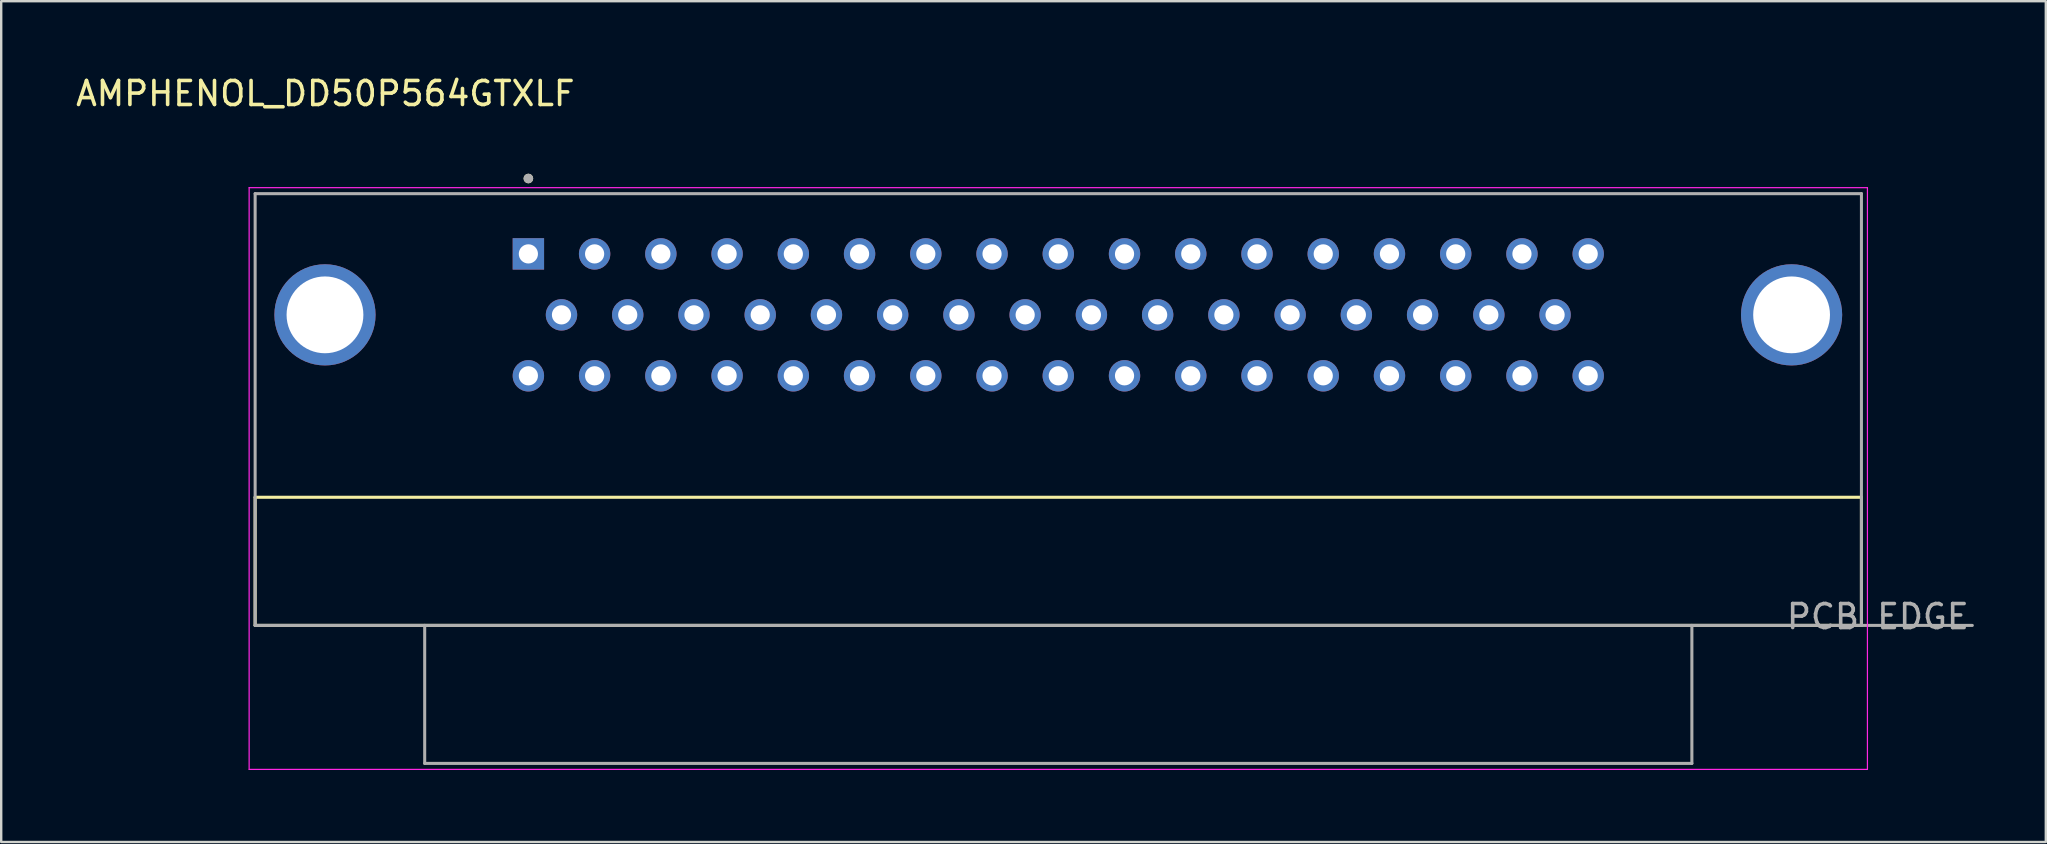
<source format=kicad_pcb>
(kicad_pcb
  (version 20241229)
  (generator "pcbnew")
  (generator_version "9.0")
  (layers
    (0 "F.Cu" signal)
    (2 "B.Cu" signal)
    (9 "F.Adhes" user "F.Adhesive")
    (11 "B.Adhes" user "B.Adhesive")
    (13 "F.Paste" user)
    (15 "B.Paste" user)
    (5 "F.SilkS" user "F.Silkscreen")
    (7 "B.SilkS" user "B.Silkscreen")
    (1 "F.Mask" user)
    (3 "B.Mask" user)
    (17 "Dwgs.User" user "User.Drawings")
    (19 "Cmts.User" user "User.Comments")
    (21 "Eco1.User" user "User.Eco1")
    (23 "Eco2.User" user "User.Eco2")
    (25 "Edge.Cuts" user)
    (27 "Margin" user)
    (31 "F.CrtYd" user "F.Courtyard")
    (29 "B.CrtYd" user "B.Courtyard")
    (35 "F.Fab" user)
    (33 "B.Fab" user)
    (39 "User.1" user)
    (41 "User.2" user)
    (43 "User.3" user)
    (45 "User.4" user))
  (footprint "AMPHENOL_DD50P564GTXLF"
    (layer "F.Cu")
    (at 41.046 10.069)
    (property "Reference" "AMPHENOL_DD50P564GTXLF" (at -30.54 -9.221 0) (layer "F.SilkS") (effects (font (size 1 1) (thickness 0.15))))
    (attr through_hole)
    (fp_line (start -33.465 7.6) (end 33.465 7.6) (stroke (width 0.127) (type solid)) (layer "F.SilkS"))
    (fp_line (start -33.465 12.94) (end -33.465 7.6) (stroke (width 0.127) (type solid)) (layer "F.SilkS"))
    (fp_line (start -33.465 12.94) (end 33.465 12.94) (stroke (width 0.127) (type solid)) (layer "F.SilkS"))
    (fp_line (start 33.465 12.94) (end 33.465 7.6) (stroke (width 0.127) (type solid)) (layer "F.SilkS"))
    (fp_circle (center -22.08 -5.681) (end -21.98 -5.681) (stroke (width 0.2) (type solid)) (fill no) (layer "F.SilkS"))
    (fp_line (start -33.715 -5.3) (end -33.715 18.94) (stroke (width 0.05) (type solid)) (layer "F.CrtYd"))
    (fp_line (start -33.715 18.94) (end 33.715 18.94) (stroke (width 0.05) (type solid)) (layer "F.CrtYd"))
    (fp_line (start 33.715 -5.3) (end -33.715 -5.3) (stroke (width 0.05) (type solid)) (layer "F.CrtYd"))
    (fp_line (start 33.715 18.94) (end 33.715 -5.3) (stroke (width 0.05) (type solid)) (layer "F.CrtYd"))
    (fp_line (start -33.465 -5.05) (end 33.465 -5.05) (stroke (width 0.127) (type solid)) (layer "F.Fab"))
    (fp_line (start -33.465 12.94) (end -33.465 -5.05) (stroke (width 0.127) (type solid)) (layer "F.Fab"))
    (fp_line (start -33.465 12.94) (end -26.4 12.94) (stroke (width 0.127) (type solid)) (layer "F.Fab"))
    (fp_line (start -26.4 12.94) (end -26.4 18.69) (stroke (width 0.127) (type solid)) (layer "F.Fab"))
    (fp_line (start -26.4 12.94) (end 26.4 12.94) (stroke (width 0.127) (type solid)) (layer "F.Fab"))
    (fp_line (start -26.4 18.69) (end 26.4 18.69) (stroke (width 0.127) (type solid)) (layer "F.Fab"))
    (fp_line (start 26.4 12.94) (end 33.465 12.94) (stroke (width 0.127) (type solid)) (layer "F.Fab"))
    (fp_line (start 26.4 18.69) (end 26.4 12.94) (stroke (width 0.127) (type solid)) (layer "F.Fab"))
    (fp_line (start 33.465 12.94) (end 33.465 -5.05) (stroke (width 0.127) (type solid)) (layer "F.Fab"))
    (fp_line (start 33.465 12.94) (end 38.085 12.94) (stroke (width 0.127) (type solid)) (layer "F.Fab"))
    (fp_circle (center -22.08 -5.681) (end -21.98 -5.681) (stroke (width 0.2) (type solid)) (fill no) (layer "F.Fab"))
    (fp_text user "PCB EDGE" (at 34.148 12.573 0) (layer "F.Fab") (effects (font (size 1 1) (thickness 0.15))))
    (pad "1" thru_hole rect (at -22.08 -2.54) (size 1.308 1.308) (drill 0.8) (layers "*.Cu" "*.Mask"))
    (pad "2" thru_hole circle (at -19.32 -2.54) (size 1.308 1.308) (drill 0.8) (layers "*.Cu" "*.Mask"))
    (pad "3" thru_hole circle (at -16.56 -2.54) (size 1.308 1.308) (drill 0.8) (layers "*.Cu" "*.Mask"))
    (pad "4" thru_hole circle (at -13.8 -2.54) (size 1.308 1.308) (drill 0.8) (layers "*.Cu" "*.Mask"))
    (pad "5" thru_hole circle (at -11.04 -2.54) (size 1.308 1.308) (drill 0.8) (layers "*.Cu" "*.Mask"))
    (pad "6" thru_hole circle (at -8.28 -2.54) (size 1.308 1.308) (drill 0.8) (layers "*.Cu" "*.Mask"))
    (pad "7" thru_hole circle (at -5.52 -2.54) (size 1.308 1.308) (drill 0.8) (layers "*.Cu" "*.Mask"))
    (pad "8" thru_hole circle (at -2.76 -2.54) (size 1.308 1.308) (drill 0.8) (layers "*.Cu" "*.Mask"))
    (pad "9" thru_hole circle (at 0 -2.54) (size 1.308 1.308) (drill 0.8) (layers "*.Cu" "*.Mask"))
    (pad "10" thru_hole circle (at 2.76 -2.54) (size 1.308 1.308) (drill 0.8) (layers "*.Cu" "*.Mask"))
    (pad "11" thru_hole circle (at 5.52 -2.54) (size 1.308 1.308) (drill 0.8) (layers "*.Cu" "*.Mask"))
    (pad "12" thru_hole circle (at 8.28 -2.54) (size 1.308 1.308) (drill 0.8) (layers "*.Cu" "*.Mask"))
    (pad "13" thru_hole circle (at 11.04 -2.54) (size 1.308 1.308) (drill 0.8) (layers "*.Cu" "*.Mask"))
    (pad "14" thru_hole circle (at 13.8 -2.54) (size 1.308 1.308) (drill 0.8) (layers "*.Cu" "*.Mask"))
    (pad "15" thru_hole circle (at 16.56 -2.54) (size 1.308 1.308) (drill 0.8) (layers "*.Cu" "*.Mask"))
    (pad "16" thru_hole circle (at 19.32 -2.54) (size 1.308 1.308) (drill 0.8) (layers "*.Cu" "*.Mask"))
    (pad "17" thru_hole circle (at 22.08 -2.54) (size 1.308 1.308) (drill 0.8) (layers "*.Cu" "*.Mask"))
    (pad "18" thru_hole circle (at -20.7 0) (size 1.308 1.308) (drill 0.8) (layers "*.Cu" "*.Mask"))
    (pad "19" thru_hole circle (at -17.94 0) (size 1.308 1.308) (drill 0.8) (layers "*.Cu" "*.Mask"))
    (pad "20" thru_hole circle (at -15.18 0) (size 1.308 1.308) (drill 0.8) (layers "*.Cu" "*.Mask"))
    (pad "21" thru_hole circle (at -12.42 0) (size 1.308 1.308) (drill 0.8) (layers "*.Cu" "*.Mask"))
    (pad "22" thru_hole circle (at -9.66 0) (size 1.308 1.308) (drill 0.8) (layers "*.Cu" "*.Mask"))
    (pad "23" thru_hole circle (at -6.9 0) (size 1.308 1.308) (drill 0.8) (layers "*.Cu" "*.Mask"))
    (pad "24" thru_hole circle (at -4.14 0) (size 1.308 1.308) (drill 0.8) (layers "*.Cu" "*.Mask"))
    (pad "25" thru_hole circle (at -1.38 0) (size 1.308 1.308) (drill 0.8) (layers "*.Cu" "*.Mask"))
    (pad "26" thru_hole circle (at 1.38 0) (size 1.308 1.308) (drill 0.8) (layers "*.Cu" "*.Mask"))
    (pad "27" thru_hole circle (at 4.14 0) (size 1.308 1.308) (drill 0.8) (layers "*.Cu" "*.Mask"))
    (pad "28" thru_hole circle (at 6.9 0) (size 1.308 1.308) (drill 0.8) (layers "*.Cu" "*.Mask"))
    (pad "29" thru_hole circle (at 9.66 0) (size 1.308 1.308) (drill 0.8) (layers "*.Cu" "*.Mask"))
    (pad "30" thru_hole circle (at 12.42 0) (size 1.308 1.308) (drill 0.8) (layers "*.Cu" "*.Mask"))
    (pad "31" thru_hole circle (at 15.18 0) (size 1.308 1.308) (drill 0.8) (layers "*.Cu" "*.Mask"))
    (pad "32" thru_hole circle (at 17.94 0) (size 1.308 1.308) (drill 0.8) (layers "*.Cu" "*.Mask"))
    (pad "33" thru_hole circle (at 20.7 0) (size 1.308 1.308) (drill 0.8) (layers "*.Cu" "*.Mask"))
    (pad "34" thru_hole circle (at -22.08 2.54) (size 1.308 1.308) (drill 0.8) (layers "*.Cu" "*.Mask"))
    (pad "35" thru_hole circle (at -19.32 2.54) (size 1.308 1.308) (drill 0.8) (layers "*.Cu" "*.Mask"))
    (pad "36" thru_hole circle (at -16.56 2.54) (size 1.308 1.308) (drill 0.8) (layers "*.Cu" "*.Mask"))
    (pad "37" thru_hole circle (at -13.8 2.54) (size 1.308 1.308) (drill 0.8) (layers "*.Cu" "*.Mask"))
    (pad "38" thru_hole circle (at -11.04 2.54) (size 1.308 1.308) (drill 0.8) (layers "*.Cu" "*.Mask"))
    (pad "39" thru_hole circle (at -8.28 2.54) (size 1.308 1.308) (drill 0.8) (layers "*.Cu" "*.Mask"))
    (pad "40" thru_hole circle (at -5.52 2.54) (size 1.308 1.308) (drill 0.8) (layers "*.Cu" "*.Mask"))
    (pad "41" thru_hole circle (at -2.76 2.54) (size 1.308 1.308) (drill 0.8) (layers "*.Cu" "*.Mask"))
    (pad "42" thru_hole circle (at 0 2.54) (size 1.308 1.308) (drill 0.8) (layers "*.Cu" "*.Mask"))
    (pad "43" thru_hole circle (at 2.76 2.54) (size 1.308 1.308) (drill 0.8) (layers "*.Cu" "*.Mask"))
    (pad "44" thru_hole circle (at 5.52 2.54) (size 1.308 1.308) (drill 0.8) (layers "*.Cu" "*.Mask"))
    (pad "45" thru_hole circle (at 8.28 2.54) (size 1.308 1.308) (drill 0.8) (layers "*.Cu" "*.Mask"))
    (pad "46" thru_hole circle (at 11.04 2.54) (size 1.308 1.308) (drill 0.8) (layers "*.Cu" "*.Mask"))
    (pad "47" thru_hole circle (at 13.8 2.54) (size 1.308 1.308) (drill 0.8) (layers "*.Cu" "*.Mask"))
    (pad "48" thru_hole circle (at 16.56 2.54) (size 1.308 1.308) (drill 0.8) (layers "*.Cu" "*.Mask"))
    (pad "49" thru_hole circle (at 19.32 2.54) (size 1.308 1.308) (drill 0.8) (layers "*.Cu" "*.Mask"))
    (pad "50" thru_hole circle (at 22.08 2.54) (size 1.308 1.308) (drill 0.8) (layers "*.Cu" "*.Mask"))
    (pad "S1" thru_hole circle (at -30.555 0) (size 4.216 4.216) (drill 3.2) (layers "*.Cu" "*.Mask"))
    (pad "S2" thru_hole circle (at 30.555 0) (size 4.216 4.216) (drill 3.2) (layers "*.Cu" "*.Mask")))
  (gr_rect
    (start -3 -3)
    (end 82.194 32.034)
    (stroke (width 0.1) (type default))
    (fill no)
    (layer "Edge.Cuts")))
</source>
